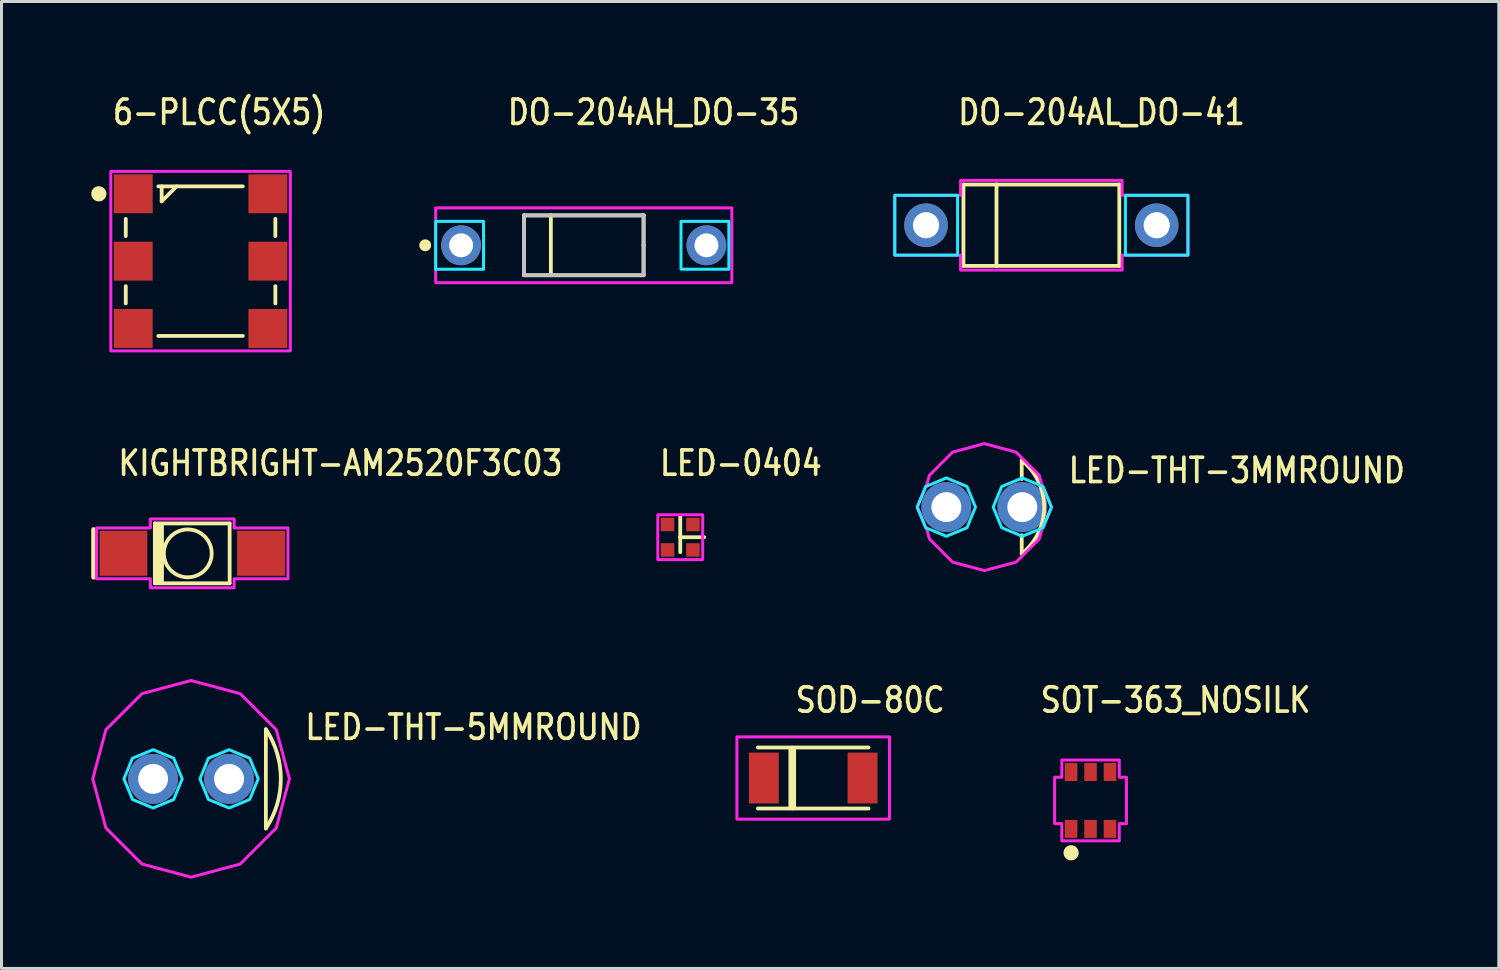
<source format=kicad_pcb>
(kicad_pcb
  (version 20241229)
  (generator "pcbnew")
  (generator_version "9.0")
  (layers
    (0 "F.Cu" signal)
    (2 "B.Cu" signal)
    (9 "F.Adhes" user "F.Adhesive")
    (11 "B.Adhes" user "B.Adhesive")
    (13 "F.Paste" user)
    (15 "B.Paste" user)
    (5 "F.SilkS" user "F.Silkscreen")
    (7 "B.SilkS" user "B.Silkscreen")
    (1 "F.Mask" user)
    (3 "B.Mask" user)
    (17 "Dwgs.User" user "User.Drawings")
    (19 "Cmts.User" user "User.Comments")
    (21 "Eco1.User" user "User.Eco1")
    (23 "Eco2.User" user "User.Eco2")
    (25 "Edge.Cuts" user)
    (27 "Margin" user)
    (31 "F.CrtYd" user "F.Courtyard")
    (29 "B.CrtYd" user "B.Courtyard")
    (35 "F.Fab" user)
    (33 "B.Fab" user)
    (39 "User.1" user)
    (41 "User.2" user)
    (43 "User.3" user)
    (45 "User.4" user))
  (footprint "KIGHTBRIGHT-AM2520F3C03"
    (layer "F.Cu")
    (at 3.376 15.447)
    (property "Reference" "KIGHTBRIGHT-AM2520F3C03" (at -2.54 -2.54 0) (unlocked yes) (layer "F.SilkS") (effects (font (size 0.813 0.695) (thickness 0.122)) (justify left bottom)))
    (fp_line (start -3.3 -0.8) (end -3.3 0.8) (stroke (width 0.152) (type solid)) (layer "F.SilkS"))
    (fp_line (start -1.25 -1) (end 1.25 -1) (stroke (width 0.127) (type solid)) (layer "F.SilkS"))
    (fp_line (start -1.25 1) (end -1.25 -1) (stroke (width 0.127) (type solid)) (layer "F.SilkS"))
    (fp_line (start -1.1 -0.9) (end -1.1 0.9) (stroke (width 0.305) (type solid)) (layer "F.SilkS"))
    (fp_line (start 1.25 -1) (end 1.25 1) (stroke (width 0.127) (type solid)) (layer "F.SilkS"))
    (fp_line (start 1.25 1) (end -1.25 1) (stroke (width 0.127) (type solid)) (layer "F.SilkS"))
    (fp_circle (center -0.15 0) (end 0.65 0) (stroke (width 0.127) (type solid)) (fill no) (layer "F.SilkS"))
    (fp_poly (pts (xy -3.2 -0.85) (xy -1.4 -0.85) (xy -1.4 -1.15) (xy 1.4 -1.15) (xy 1.4 -0.85) (xy 3.2 -0.85) (xy 3.2 0.85) (xy 1.4 0.85) (xy 1.4 1.15) (xy -1.4 1.15) (xy -1.4 0.85) (xy -3.2 0.85)) (stroke (width 0.1) (type solid)) (fill no) (layer "F.CrtYd"))
    (pad "A" smd rect (at 2.3 0) (size 1.6 1.5) (layers "F.Cu" "F.Mask" "F.Paste"))
    (pad "K" smd rect (at -2.3 0) (size 1.6 1.5) (layers "F.Cu" "F.Mask" "F.Paste")))
  (footprint "LED-0404"
    (layer "F.Cu")
    (at 19.688 14.907)
    (property "Reference" "LED-0404" (at -0.75 -2 0) (unlocked yes) (layer "F.SilkS") (effects (font (size 0.813 0.695) (thickness 0.122)) (justify left bottom)))
    (fp_line (start 0 0) (end 0 -0.7) (stroke (width 0.127) (type solid)) (layer "F.SilkS"))
    (fp_line (start 0 0) (end 0 0.5) (stroke (width 0.127) (type solid)) (layer "F.SilkS"))
    (fp_line (start 0 0) (end 0.8 0) (stroke (width 0.127) (type solid)) (layer "F.SilkS"))
    (fp_poly (pts (xy -0.75 -0.75) (xy 0.75 -0.75) (xy 0.75 0.75) (xy -0.75 0.75)) (stroke (width 0.1) (type solid)) (fill no) (layer "F.CrtYd"))
    (pad "1" smd rect (at 0.425 -0.425) (size 0.45 0.45) (layers "F.Cu" "F.Mask" "F.Paste"))
    (pad "2" smd rect (at 0.425 0.425) (size 0.45 0.45) (layers "F.Cu" "F.Mask" "F.Paste"))
    (pad "3" smd rect (at -0.425 0.425) (size 0.45 0.45) (layers "F.Cu" "F.Mask" "F.Paste"))
    (pad "4" smd rect (at -0.425 -0.425) (size 0.45 0.45) (layers "F.Cu" "F.Mask" "F.Paste")))
  (footprint "SOT-363_NOSILK"
    (layer "F.Cu")
    (at 33.403 23.706)
    (property "Reference" "SOT-363_NOSILK" (at -1.74 -2.88 0) (unlocked yes) (layer "F.SilkS") (effects (font (size 0.813 0.695) (thickness 0.122)) (justify left bottom)))
    (fp_circle (center -0.65 1.75) (end -0.396 1.75) (stroke (width 0) (type solid)) (fill yes) (layer "F.SilkS"))
    (fp_poly (pts (xy 0.96 -0.775) (xy 0.96 -1.35) (xy -0.96 -1.35) (xy -0.96 -0.775) (xy -1.2 -0.775) (xy -1.2 0.775) (xy -0.96 0.775) (xy -0.96 1.35) (xy 0.96 1.35) (xy 0.96 0.775) (xy 1.2 0.775) (xy 1.2 -0.775)) (stroke (width 0.1) (type solid)) (fill no) (layer "F.CrtYd"))
    (pad "1" smd rect (at -0.65 0.95) (size 0.42 0.6) (layers "F.Cu" "F.Mask" "F.Paste"))
    (pad "2" smd rect (at 0 0.95) (size 0.42 0.6) (layers "F.Cu" "F.Mask" "F.Paste"))
    (pad "3" smd rect (at 0.65 0.95) (size 0.42 0.6) (layers "F.Cu" "F.Mask" "F.Paste"))
    (pad "4" smd rect (at 0.65 -0.95) (size 0.42 0.6) (layers "F.Cu" "F.Mask" "F.Paste"))
    (pad "5" smd rect (at 0 -0.95) (size 0.42 0.6) (layers "F.Cu" "F.Mask" "F.Paste"))
    (pad "6" smd rect (at -0.65 -0.95) (size 0.42 0.6) (layers "F.Cu" "F.Mask" "F.Paste")))
  (footprint "DO-204AH_DO-35"
    (layer "F.Cu")
    (at 16.463 5.149)
    (property "Reference" "DO-204AH_DO-35" (at -2.61 -3.97 0) (unlocked yes) (layer "F.SilkS") (effects (font (size 0.813 0.695) (thickness 0.122)) (justify left bottom)))
    (fp_line (start -2 -1) (end -1.1 -1) (stroke (width 0.127) (type solid)) (layer "F.SilkS"))
    (fp_line (start -2 0) (end -2 -1) (stroke (width 0.127) (type solid)) (layer "F.SilkS"))
    (fp_line (start -2 1) (end -2 0) (stroke (width 0.127) (type solid)) (layer "F.SilkS"))
    (fp_line (start -1.1 -1) (end -1.1 1) (stroke (width 0.127) (type solid)) (layer "F.SilkS"))
    (fp_line (start -1.1 -1) (end 2 -1) (stroke (width 0.127) (type solid)) (layer "F.SilkS"))
    (fp_line (start -1.1 1) (end -2 1) (stroke (width 0.127) (type solid)) (layer "F.SilkS"))
    (fp_line (start 2 -1) (end 2 0) (stroke (width 0.127) (type solid)) (layer "F.SilkS"))
    (fp_line (start 2 0) (end 2 1) (stroke (width 0.127) (type solid)) (layer "F.SilkS"))
    (fp_line (start 2 1) (end -1.1 1) (stroke (width 0.127) (type solid)) (layer "F.SilkS"))
    (fp_circle (center -5.3 0) (end -5.2 0) (stroke (width 0.2) (type solid)) (fill no) (layer "F.SilkS"))
    (fp_line (start -2 -1) (end 2 -1) (stroke (width 0.127) (type solid)) (layer "Dwgs.User"))
    (fp_line (start -2 0) (end -2 -1) (stroke (width 0.127) (type solid)) (layer "Dwgs.User"))
    (fp_line (start -2 1) (end -2 0) (stroke (width 0.127) (type solid)) (layer "Dwgs.User"))
    (fp_line (start 2 -1) (end 2 0) (stroke (width 0.127) (type solid)) (layer "Dwgs.User"))
    (fp_line (start 2 0) (end 2 1) (stroke (width 0.127) (type solid)) (layer "Dwgs.User"))
    (fp_line (start 2 1) (end -2 1) (stroke (width 0.127) (type solid)) (layer "Dwgs.User"))
    (fp_poly (pts (xy -4.95 -0.8) (xy -3.35 -0.8) (xy -3.35 0.8) (xy -4.95 0.8)) (stroke (width 0.1) (type solid)) (fill no) (layer "B.CrtYd"))
    (fp_poly (pts (xy 3.25 -0.8) (xy 4.85 -0.8) (xy 4.85 0.8) (xy 3.25 0.8)) (stroke (width 0.1) (type solid)) (fill no) (layer "B.CrtYd"))
    (fp_poly (pts (xy -4.95 -1.25) (xy 4.95 -1.25) (xy 4.95 1.25) (xy -4.95 1.25)) (stroke (width 0.1) (type solid)) (fill no) (layer "F.CrtYd"))
    (pad "ANODE" thru_hole oval (at 4.1 0) (size 1.333 1.333) (drill 0.8) (layers "*.Cu" "*.Mask"))
    (pad "CATHODE" thru_hole oval (at -4.1 0) (size 1.333 1.333) (drill 0.8) (layers "*.Cu" "*.Mask")))
  (footprint "SOD-80C"
    (layer "F.Cu")
    (at 24.132 22.956)
    (property "Reference" "SOD-80C" (at -0.66 -2.13 0) (unlocked yes) (layer "F.SilkS") (effects (font (size 0.813 0.695) (thickness 0.122)) (justify left bottom)))
    (fp_line (start -1.85 -1.02) (end 1.85 -1.02) (stroke (width 0.127) (type solid)) (layer "F.SilkS"))
    (fp_line (start -1.85 1.02) (end 1.85 1.02) (stroke (width 0.127) (type solid)) (layer "F.SilkS"))
    (fp_line (start -0.7 -0.95) (end -0.7 0.95) (stroke (width 0.254) (type solid)) (layer "F.SilkS"))
    (fp_poly (pts (xy -2.55 -1.375) (xy 2.55 -1.375) (xy 2.55 1.375) (xy -2.55 1.375)) (stroke (width 0.1) (type solid)) (fill no) (layer "F.CrtYd"))
    (pad "ANODE" smd rect (at 1.65 0) (size 1 1.7) (layers "F.Cu" "F.Mask" "F.Paste"))
    (pad "CATHODE" smd rect (at -1.65 0) (size 1 1.7) (layers "F.Cu" "F.Mask" "F.Paste")))
  (footprint "DO-204AL_DO-41"
    (layer "F.Cu")
    (at 31.759 4.479)
    (property "Reference" "DO-204AL_DO-41" (at -2.85 -3.3 0) (unlocked yes) (layer "F.SilkS") (effects (font (size 0.813 0.695) (thickness 0.122)) (justify left bottom)))
    (fp_line (start -2.605 -1.36) (end -1.5 -1.36) (stroke (width 0.127) (type solid)) (layer "F.SilkS"))
    (fp_line (start -2.605 1.36) (end -2.605 -1.36) (stroke (width 0.127) (type solid)) (layer "F.SilkS"))
    (fp_line (start -2.605 1.36) (end -1.5 1.36) (stroke (width 0.127) (type solid)) (layer "F.SilkS"))
    (fp_line (start -1.5 -1.36) (end -1.5 1.36) (stroke (width 0.127) (type solid)) (layer "F.SilkS"))
    (fp_line (start -1.5 -1.36) (end 2.605 -1.36) (stroke (width 0.127) (type solid)) (layer "F.SilkS"))
    (fp_line (start -1.5 1.36) (end 2.605 1.36) (stroke (width 0.127) (type solid)) (layer "F.SilkS"))
    (fp_line (start 2.605 -1.36) (end 2.605 1.36) (stroke (width 0.127) (type solid)) (layer "F.SilkS"))
    (fp_poly (pts (xy -4.9 -1) (xy -2.8 -1) (xy -2.8 1) (xy -4.9 1)) (stroke (width 0.1) (type solid)) (fill no) (layer "B.CrtYd"))
    (fp_poly (pts (xy 2.81 -1) (xy 4.9 -1) (xy 4.9 1) (xy 2.81 1)) (stroke (width 0.1) (type solid)) (fill no) (layer "B.CrtYd"))
    (fp_poly (pts (xy -4.9 -1) (xy -2.7 -1) (xy -2.7 -1.5) (xy 2.7 -1.5) (xy 2.7 -1) (xy 4.9 -1) (xy 4.9 1) (xy 2.7 1) (xy 2.7 1.5) (xy -2.7 1.5) (xy -2.7 1) (xy -4.9 1)) (stroke (width 0.1) (type solid)) (fill no) (layer "F.CrtYd"))
    (pad "ANODE" thru_hole oval (at 3.855 0) (size 1.458 1.458) (drill 0.875) (layers "*.Cu" "*.Mask"))
    (pad "CATHODE" thru_hole oval (at -3.855 0) (size 1.458 1.458) (drill 0.875) (layers "*.Cu" "*.Mask")))
  (footprint "LED-THT-3MMROUND"
    (layer "F.Cu")
    (at 29.853 13.901)
    (property "Reference" "LED-THT-3MMROUND" (at 2.75 -0.75 0) (unlocked yes) (layer "F.SilkS") (effects (font (size 0.813 0.695) (thickness 0.122)) (justify left bottom)))
    (fp_line (start 1.25 -1.561) (end 1.25 -0.94) (stroke (width 0.127) (type solid)) (layer "F.SilkS"))
    (fp_line (start 1.25 0.94) (end 1.25 1.561) (stroke (width 0.127) (type solid)) (layer "F.SilkS"))
    (fp_arc (start 1.25 -1.56125) (mid 2 0) (end 1.25 1.56125) (stroke (width 0.127) (type solid)) (layer "F.SilkS"))
    (fp_poly (pts (xy -0.296 0) (xy -0.581 -0.689) (xy -1.27 -0.974) (xy -1.959 -0.689) (xy -2.244 0) (xy -1.959 0.689) (xy -1.27 0.974) (xy -0.581 0.689)) (stroke (width 0.1) (type solid)) (fill no) (layer "B.CrtYd"))
    (fp_poly (pts (xy 2.244 0) (xy 1.959 -0.689) (xy 1.27 -0.974) (xy 0.581 -0.689) (xy 0.296 0) (xy 0.581 0.689) (xy 1.27 0.974) (xy 1.959 0.689)) (stroke (width 0.1) (type solid)) (fill no) (layer "B.CrtYd"))
    (fp_poly (pts (xy 1.935 -0.699) (xy 1.838 -1.061) (xy 1.061 -1.838) (xy 0 -2.122) (xy -1.061 -1.838) (xy -1.838 -1.061) (xy -1.935 -0.699) (xy -1.959 -0.689) (xy -2.244 0) (xy -1.959 0.689) (xy -1.935 0.699) (xy -1.838 1.061) (xy -1.061 1.838) (xy 0 2.122) (xy 1.061 1.838) (xy 1.838 1.061) (xy 1.935 0.699) (xy 1.959 0.689) (xy 2.244 0) (xy 1.959 -0.689)) (stroke (width 0.1) (type solid)) (fill no) (layer "F.CrtYd"))
    (pad "ANODE" thru_hole oval (at -1.27 0) (size 1.667 1.667) (drill 1) (layers "*.Cu" "*.Mask"))
    (pad "CATHODE" thru_hole oval (at 1.27 0) (size 1.667 1.667) (drill 1) (layers "*.Cu" "*.Mask")))
  (footprint "6-PLCC(5X5)"
    (layer "F.Cu")
    (at 3.654 5.679)
    (property "Reference" "6-PLCC(5X5)" (at -3 -4.5 0) (unlocked yes) (layer "F.SilkS") (effects (font (size 0.813 0.695) (thickness 0.122)) (justify left bottom)))
    (fp_line (start -2.5 -1.413) (end -2.5 -0.837) (stroke (width 0.127) (type solid)) (layer "F.SilkS"))
    (fp_line (start -2.5 0.837) (end -2.5 1.413) (stroke (width 0.127) (type solid)) (layer "F.SilkS"))
    (fp_line (start -1.413 2.5) (end 1.413 2.5) (stroke (width 0.127) (type solid)) (layer "F.SilkS"))
    (fp_line (start -1.3 -2.5) (end -1.3 -2) (stroke (width 0.127) (type solid)) (layer "F.SilkS"))
    (fp_line (start -1.3 -2) (end -0.8 -2.5) (stroke (width 0.127) (type solid)) (layer "F.SilkS"))
    (fp_line (start 1.413 -2.5) (end -1.413 -2.5) (stroke (width 0.127) (type solid)) (layer "F.SilkS"))
    (fp_line (start 2.5 -0.837) (end 2.5 -1.413) (stroke (width 0.127) (type solid)) (layer "F.SilkS"))
    (fp_line (start 2.5 1.413) (end 2.5 0.837) (stroke (width 0.127) (type solid)) (layer "F.SilkS"))
    (fp_circle (center -3.4 -2.25) (end -3.146 -2.25) (stroke (width 0) (type solid)) (fill yes) (layer "F.SilkS"))
    (fp_poly (pts (xy -3 -3) (xy 3 -3) (xy 3 3) (xy -3 3)) (stroke (width 0.1) (type solid)) (fill no) (layer "F.CrtYd"))
    (pad "1" smd rect (at -2.25 -2.25) (size 1.3 1.3) (layers "F.Cu" "F.Mask" "F.Paste"))
    (pad "2" smd rect (at -2.25 0) (size 1.3 1.3) (layers "F.Cu" "F.Mask" "F.Paste"))
    (pad "3" smd rect (at -2.25 2.25) (size 1.3 1.3) (layers "F.Cu" "F.Mask" "F.Paste"))
    (pad "4" smd rect (at 2.25 2.25) (size 1.3 1.3) (layers "F.Cu" "F.Mask" "F.Paste"))
    (pad "5" smd rect (at 2.25 0) (size 1.3 1.3) (layers "F.Cu" "F.Mask" "F.Paste"))
    (pad "6" smd rect (at 2.25 -2.25) (size 1.3 1.3) (layers "F.Cu" "F.Mask" "F.Paste")))
  (footprint "LED-THT-5MMROUND"
    (layer "F.Cu")
    (at 3.337 22.984)
    (property "Reference" "LED-THT-5MMROUND" (at 3.75 -1.25 0) (unlocked yes) (layer "F.SilkS") (effects (font (size 0.813 0.695) (thickness 0.122)) (justify left bottom)))
    (fp_line (start 2.5 -1.658) (end 2.5 1.658) (stroke (width 0.127) (type solid)) (layer "F.SilkS"))
    (fp_arc (start 2.5 -1.658313) (mid 3 0) (end 2.5 1.658313) (stroke (width 0.127) (type solid)) (layer "F.SilkS"))
    (fp_poly (pts (xy -0.296 0) (xy -0.581 -0.689) (xy -1.27 -0.974) (xy -1.959 -0.689) (xy -2.244 0) (xy -1.959 0.689) (xy -1.27 0.974) (xy -0.581 0.689)) (stroke (width 0.1) (type solid)) (fill no) (layer "B.CrtYd"))
    (fp_poly (pts (xy 2.244 0) (xy 1.959 -0.689) (xy 1.27 -0.974) (xy 0.581 -0.689) (xy 0.296 0) (xy 0.581 0.689) (xy 1.27 0.974) (xy 1.959 0.689)) (stroke (width 0.1) (type solid)) (fill no) (layer "B.CrtYd"))
    (fp_poly (pts (xy 3.287 0) (xy 2.847 -1.643) (xy 1.643 -2.847) (xy 0 -3.287) (xy -1.643 -2.847) (xy -2.847 -1.643) (xy -3.287 0) (xy -2.847 1.643) (xy -1.643 2.847) (xy 0 3.287) (xy 1.643 2.847) (xy 2.847 1.643)) (stroke (width 0.1) (type solid)) (fill no) (layer "F.CrtYd"))
    (pad "ANODE" thru_hole oval (at -1.27 0) (size 1.667 1.667) (drill 1) (layers "*.Cu" "*.Mask"))
    (pad "CATHODE" thru_hole oval (at 1.27 0) (size 1.667 1.667) (drill 1) (layers "*.Cu" "*.Mask")))
  (gr_rect
    (start -3 -3)
    (end 47.049 29.321)
    (stroke (width 0.1) (type default))
    (fill no)
    (layer "Edge.Cuts")))
</source>
